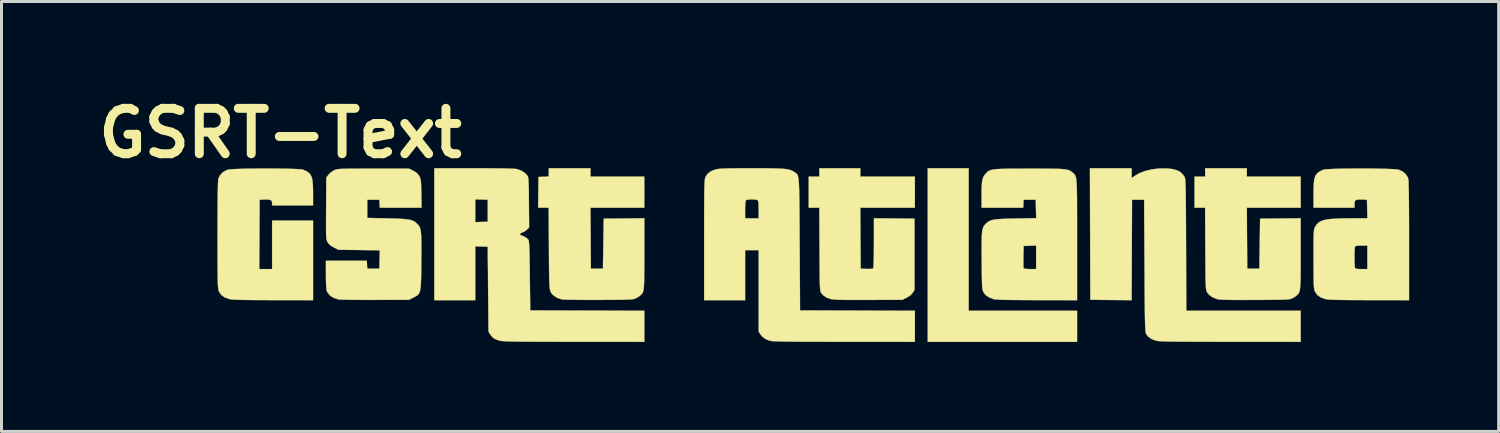
<source format=kicad_pcb>
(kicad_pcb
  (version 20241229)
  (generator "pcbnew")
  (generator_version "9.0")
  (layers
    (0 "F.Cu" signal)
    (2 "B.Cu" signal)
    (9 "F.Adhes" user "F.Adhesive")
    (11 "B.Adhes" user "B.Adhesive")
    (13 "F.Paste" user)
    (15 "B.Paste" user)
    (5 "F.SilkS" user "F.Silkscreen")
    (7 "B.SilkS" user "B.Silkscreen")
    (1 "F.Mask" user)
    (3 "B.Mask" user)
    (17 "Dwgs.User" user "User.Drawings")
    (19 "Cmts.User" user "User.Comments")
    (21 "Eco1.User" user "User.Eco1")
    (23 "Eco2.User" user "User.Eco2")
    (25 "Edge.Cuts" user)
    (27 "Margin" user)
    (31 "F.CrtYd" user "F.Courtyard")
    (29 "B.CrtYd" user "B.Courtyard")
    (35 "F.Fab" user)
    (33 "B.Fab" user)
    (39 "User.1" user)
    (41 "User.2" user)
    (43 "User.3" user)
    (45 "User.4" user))
  (footprint "GSRT-Text"
    (layer "F.Cu")
    (at 24.232 5.493)
    (property "Reference" "GSRT-Text" (at -17.875 -4.075 0) (layer "F.SilkS") (effects (font (size 1.524 1.524) (thickness 0.3))))
    (attr through_hole)
    (fp_poly (pts (xy 5.212 1.881) (xy 8.848 1.881) (xy 8.848 2.924) (xy 3.839 2.924) (xy 3.839 -2.898) (xy 5.212 -2.898) (xy 5.212 1.881)) (stroke (width 0.01) (type solid)) (fill yes) (layer "F.SilkS"))
    (fp_poly (pts (xy 1.576 -2.619) (xy 3.407 -2.619) (xy 3.407 -1.576) (xy 1.576 -1.576) (xy 1.582 -0.553) (xy 1.589 0.47) (xy 1.79 0.478) (xy 1.905 0.479) (xy 1.977 0.472) (xy 2.011 0.455) (xy 2.012 0.452) (xy 2.017 0.42) (xy 2.022 0.343) (xy 2.026 0.227) (xy 2.03 0.08) (xy 2.032 -0.093) (xy 2.033 -0.285) (xy 2.034 -0.401) (xy 2.034 -1.221) (xy 3.394 -1.208) (xy 3.394 1.182) (xy 3.336 1.276) (xy 3.253 1.368) (xy 3.132 1.442) (xy 2.987 1.513) (xy 1.856 1.518) (xy 1.563 1.518) (xy 1.317 1.518) (xy 1.114 1.517) (xy 0.949 1.515) (xy 0.819 1.511) (xy 0.719 1.505) (xy 0.646 1.499) (xy 0.595 1.49) (xy 0.589 1.489) (xy 0.445 1.438) (xy 0.334 1.361) (xy 0.269 1.287) (xy 0.257 1.27) (xy 0.248 1.251) (xy 0.24 1.225) (xy 0.233 1.188) (xy 0.228 1.135) (xy 0.223 1.063) (xy 0.22 0.967) (xy 0.217 0.844) (xy 0.215 0.688) (xy 0.213 0.497) (xy 0.211 0.265) (xy 0.21 -0.011) (xy 0.209 -0.18) (xy 0.202 -1.576) (xy -0.153 -1.576) (xy -0.153 -2.619) (xy 0.203 -2.619) (xy 0.203 -2.898) (xy 1.576 -2.898) (xy 1.576 -2.619)) (stroke (width 0.01) (type solid)) (fill yes) (layer "F.SilkS"))
    (fp_poly (pts (xy 14.543 -2.619) (xy 16.349 -2.619) (xy 16.349 -1.576) (xy 14.543 -1.576) (xy 14.549 -0.553) (xy 14.556 0.47) (xy 14.963 0.47) (xy 14.976 -0.369) (xy 14.988 -1.208) (xy 15.668 -1.214) (xy 16.349 -1.221) (xy 16.349 -0.038) (xy 16.348 0.251) (xy 16.348 0.493) (xy 16.346 0.693) (xy 16.344 0.856) (xy 16.339 0.986) (xy 16.332 1.088) (xy 16.323 1.166) (xy 16.311 1.225) (xy 16.295 1.27) (xy 16.276 1.304) (xy 16.252 1.333) (xy 16.223 1.361) (xy 16.218 1.365) (xy 16.154 1.413) (xy 16.074 1.459) (xy 16.056 1.467) (xy 16.028 1.478) (xy 15.994 1.487) (xy 15.95 1.495) (xy 15.89 1.501) (xy 15.81 1.505) (xy 15.705 1.509) (xy 15.57 1.512) (xy 15.401 1.514) (xy 15.192 1.516) (xy 14.94 1.518) (xy 14.81 1.518) (xy 14.513 1.519) (xy 14.262 1.519) (xy 14.055 1.518) (xy 13.888 1.515) (xy 13.758 1.511) (xy 13.66 1.506) (xy 13.591 1.499) (xy 13.55 1.492) (xy 13.395 1.431) (xy 13.276 1.347) (xy 13.205 1.252) (xy 13.194 1.228) (xy 13.186 1.2) (xy 13.178 1.162) (xy 13.172 1.111) (xy 13.167 1.043) (xy 13.163 0.952) (xy 13.16 0.836) (xy 13.157 0.688) (xy 13.155 0.506) (xy 13.153 0.285) (xy 13.152 0.021) (xy 13.15 -0.21) (xy 13.143 -1.576) (xy 12.789 -1.576) (xy 12.789 -2.619) (xy 13.145 -2.619) (xy 13.145 -2.898) (xy 14.543 -2.898) (xy 14.543 -2.619)) (stroke (width 0.01) (type solid)) (fill yes) (layer "F.SilkS"))
    (fp_poly (pts (xy -7.475 -2.619) (xy -5.67 -2.619) (xy -5.67 -1.576) (xy -7.476 -1.576) (xy -7.469 -0.553) (xy -7.462 0.47) (xy -7.056 0.47) (xy -7.043 -0.369) (xy -7.03 -1.208) (xy -5.67 -1.221) (xy -5.67 -0.025) (xy -5.67 0.261) (xy -5.67 0.501) (xy -5.672 0.699) (xy -5.674 0.86) (xy -5.678 0.988) (xy -5.684 1.088) (xy -5.693 1.165) (xy -5.704 1.223) (xy -5.719 1.266) (xy -5.738 1.299) (xy -5.761 1.327) (xy -5.789 1.354) (xy -5.801 1.365) (xy -5.864 1.413) (xy -5.945 1.459) (xy -5.963 1.467) (xy -5.991 1.478) (xy -6.024 1.487) (xy -6.069 1.495) (xy -6.129 1.501) (xy -6.209 1.505) (xy -6.314 1.509) (xy -6.449 1.512) (xy -6.618 1.514) (xy -6.827 1.515) (xy -7.08 1.517) (xy -7.195 1.517) (xy -7.435 1.518) (xy -7.661 1.517) (xy -7.87 1.516) (xy -8.054 1.513) (xy -8.209 1.51) (xy -8.328 1.507) (xy -8.407 1.503) (xy -8.433 1.5) (xy -8.596 1.447) (xy -8.719 1.362) (xy -8.737 1.344) (xy -8.763 1.314) (xy -8.786 1.287) (xy -8.805 1.257) (xy -8.82 1.22) (xy -8.832 1.172) (xy -8.842 1.109) (xy -8.85 1.026) (xy -8.855 0.919) (xy -8.859 0.784) (xy -8.862 0.616) (xy -8.864 0.412) (xy -8.866 0.166) (xy -8.868 -0.125) (xy -8.868 -0.21) (xy -8.876 -1.576) (xy -9.23 -1.576) (xy -9.224 -2.091) (xy -9.217 -2.606) (xy -8.873 -2.621) (xy -8.873 -2.898) (xy -7.475 -2.898) (xy -7.475 -2.619)) (stroke (width 0.01) (type solid)) (fill yes) (layer "F.SilkS"))
    (fp_poly (pts (xy 10.679 -2.565) (xy 10.762 -2.629) (xy 10.926 -2.728) (xy 11.127 -2.806) (xy 11.356 -2.861) (xy 11.602 -2.89) (xy 11.848 -2.892) (xy 12.042 -2.873) (xy 12.195 -2.833) (xy 12.314 -2.771) (xy 12.405 -2.681) (xy 12.455 -2.606) (xy 12.462 -2.589) (xy 12.468 -2.565) (xy 12.474 -2.53) (xy 12.479 -2.481) (xy 12.483 -2.415) (xy 12.487 -2.329) (xy 12.49 -2.219) (xy 12.493 -2.082) (xy 12.495 -1.916) (xy 12.497 -1.716) (xy 12.499 -1.48) (xy 12.5 -1.204) (xy 12.502 -0.886) (xy 12.503 -0.521) (xy 12.504 -0.324) (xy 12.511 1.881) (xy 16.349 1.881) (xy 16.349 2.924) (xy 13.99 2.922) (xy 13.579 2.922) (xy 13.216 2.921) (xy 12.898 2.92) (xy 12.622 2.919) (xy 12.384 2.918) (xy 12.182 2.916) (xy 12.012 2.913) (xy 11.873 2.911) (xy 11.759 2.907) (xy 11.67 2.903) (xy 11.6 2.899) (xy 11.549 2.894) (xy 11.512 2.888) (xy 11.496 2.884) (xy 11.341 2.826) (xy 11.229 2.744) (xy 11.168 2.661) (xy 11.16 2.644) (xy 11.153 2.621) (xy 11.147 2.588) (xy 11.142 2.543) (xy 11.137 2.482) (xy 11.133 2.402) (xy 11.13 2.299) (xy 11.127 2.171) (xy 11.124 2.013) (xy 11.121 1.824) (xy 11.119 1.6) (xy 11.117 1.337) (xy 11.115 1.032) (xy 11.113 0.682) (xy 11.111 0.369) (xy 11.098 -1.843) (xy 10.691 -1.843) (xy 10.685 -0.159) (xy 10.678 1.526) (xy 9.986 1.52) (xy 9.293 1.513) (xy 9.286 -0.693) (xy 9.28 -2.898) (xy 10.679 -2.898) (xy 10.679 -2.565)) (stroke (width 0.01) (type solid)) (fill yes) (layer "F.SilkS"))
    (fp_poly (pts (xy -18.094 -2.889) (xy -17.878 -2.886) (xy -17.676 -2.883) (xy -17.494 -2.878) (xy -17.34 -2.872) (xy -17.22 -2.865) (xy -17.14 -2.856) (xy -17.111 -2.85) (xy -17.008 -2.802) (xy -16.928 -2.751) (xy -16.869 -2.687) (xy -16.828 -2.605) (xy -16.802 -2.498) (xy -16.788 -2.357) (xy -16.782 -2.175) (xy -16.781 -2.079) (xy -16.781 -1.653) (xy -18.154 -1.653) (xy -18.154 -1.726) (xy -18.163 -1.79) (xy -18.197 -1.829) (xy -18.262 -1.849) (xy -18.368 -1.852) (xy -18.399 -1.851) (xy -18.573 -1.843) (xy -18.586 0.483) (xy -18.154 0.483) (xy -18.154 -1.144) (xy -16.781 -1.144) (xy -16.781 1.526) (xy -18.122 1.524) (xy -18.432 1.523) (xy -18.695 1.522) (xy -18.915 1.52) (xy -19.097 1.518) (xy -19.245 1.515) (xy -19.362 1.511) (xy -19.453 1.506) (xy -19.521 1.499) (xy -19.572 1.492) (xy -19.599 1.486) (xy -19.748 1.431) (xy -19.855 1.354) (xy -19.928 1.252) (xy -19.936 1.236) (xy -19.945 1.213) (xy -19.953 1.187) (xy -19.96 1.153) (xy -19.965 1.108) (xy -19.97 1.048) (xy -19.974 0.969) (xy -19.977 0.868) (xy -19.979 0.741) (xy -19.981 0.584) (xy -19.982 0.393) (xy -19.983 0.165) (xy -19.983 -0.104) (xy -19.984 -0.417) (xy -19.984 -0.661) (xy -19.983 -1.059) (xy -19.982 -1.412) (xy -19.98 -1.72) (xy -19.978 -1.98) (xy -19.974 -2.193) (xy -19.97 -2.357) (xy -19.965 -2.473) (xy -19.96 -2.538) (xy -19.957 -2.549) (xy -19.901 -2.663) (xy -19.807 -2.762) (xy -19.686 -2.833) (xy -19.638 -2.85) (xy -19.58 -2.859) (xy -19.478 -2.867) (xy -19.339 -2.874) (xy -19.17 -2.88) (xy -18.977 -2.884) (xy -18.767 -2.887) (xy -18.545 -2.889) (xy -18.319 -2.889) (xy -18.094 -2.889)) (stroke (width 0.01) (type solid)) (fill yes) (layer "F.SilkS"))
    (fp_poly (pts (xy -11.058 -2.898) (xy -10.764 -2.896) (xy -10.512 -2.894) (xy -10.302 -2.89) (xy -10.138 -2.885) (xy -10.02 -2.879) (xy -9.951 -2.873) (xy -9.944 -2.871) (xy -9.783 -2.814) (xy -9.652 -2.721) (xy -9.6 -2.661) (xy -9.586 -2.64) (xy -9.574 -2.615) (xy -9.565 -2.581) (xy -9.558 -2.532) (xy -9.553 -2.464) (xy -9.549 -2.37) (xy -9.546 -2.244) (xy -9.543 -2.082) (xy -9.541 -1.877) (xy -9.54 -1.752) (xy -9.533 -0.913) (xy -9.608 -0.838) (xy -9.676 -0.785) (xy -9.748 -0.75) (xy -9.762 -0.747) (xy -9.818 -0.723) (xy -9.839 -0.688) (xy -9.818 -0.656) (xy -9.795 -0.646) (xy -9.69 -0.603) (xy -9.603 -0.547) (xy -9.559 -0.501) (xy -9.55 -0.48) (xy -9.542 -0.444) (xy -9.536 -0.388) (xy -9.53 -0.308) (xy -9.525 -0.201) (xy -9.521 -0.061) (xy -9.517 0.115) (xy -9.514 0.332) (xy -9.51 0.593) (xy -9.509 0.712) (xy -9.496 1.869) (xy -5.67 1.882) (xy -5.67 2.924) (xy -8.028 2.922) (xy -8.44 2.922) (xy -8.804 2.921) (xy -9.124 2.92) (xy -9.401 2.919) (xy -9.64 2.918) (xy -9.843 2.916) (xy -10.013 2.913) (xy -10.153 2.91) (xy -10.266 2.907) (xy -10.355 2.903) (xy -10.424 2.898) (xy -10.474 2.893) (xy -10.51 2.887) (xy -10.52 2.885) (xy -10.649 2.841) (xy -10.742 2.786) (xy -10.813 2.709) (xy -10.837 2.673) (xy -10.895 2.581) (xy -10.908 1.157) (xy -10.92 -0.267) (xy -11.13 -0.274) (xy -11.34 -0.282) (xy -11.34 1.526) (xy -12.713 1.526) (xy -12.713 -1.091) (xy -11.34 -1.091) (xy -10.92 -1.106) (xy -10.92 -1.843) (xy -11.13 -1.851) (xy -11.34 -1.858) (xy -11.34 -1.091) (xy -12.713 -1.091) (xy -12.713 -2.898) (xy -11.392 -2.898) (xy -11.058 -2.898)) (stroke (width 0.01) (type solid)) (fill yes) (layer "F.SilkS"))
    (fp_poly (pts (xy -1.772 -2.898) (xy -1.53 -2.897) (xy -1.329 -2.894) (xy -1.165 -2.889) (xy -1.032 -2.882) (xy -0.926 -2.872) (xy -0.841 -2.858) (xy -0.774 -2.841) (xy -0.718 -2.82) (xy -0.67 -2.794) (xy -0.632 -2.769) (xy -0.605 -2.75) (xy -0.58 -2.733) (xy -0.559 -2.715) (xy -0.541 -2.692) (xy -0.525 -2.662) (xy -0.512 -2.621) (xy -0.501 -2.566) (xy -0.492 -2.493) (xy -0.484 -2.4) (xy -0.478 -2.283) (xy -0.474 -2.139) (xy -0.47 -1.966) (xy -0.467 -1.758) (xy -0.465 -1.515) (xy -0.463 -1.231) (xy -0.461 -0.905) (xy -0.459 -0.532) (xy -0.458 -0.343) (xy -0.445 1.869) (xy 3.407 1.882) (xy 3.407 2.924) (xy 1.036 2.922) (xy 0.614 2.922) (xy 0.241 2.921) (xy -0.087 2.92) (xy -0.373 2.919) (xy -0.618 2.917) (xy -0.826 2.915) (xy -1 2.912) (xy -1.142 2.909) (xy -1.254 2.905) (xy -1.34 2.901) (xy -1.403 2.896) (xy -1.444 2.89) (xy -1.458 2.887) (xy -1.603 2.831) (xy -1.714 2.744) (xy -1.773 2.67) (xy -1.831 2.586) (xy -1.831 -0.153) (xy -2.288 -0.153) (xy -2.288 1.526) (xy -3.661 1.526) (xy -3.661 -0.489) (xy -3.661 -0.858) (xy -3.66 -1.179) (xy -3.66 -1.456) (xy -3.66 -1.508) (xy -2.288 -1.508) (xy -2.288 -1.22) (xy -1.831 -1.22) (xy -1.831 -1.508) (xy -1.834 -1.66) (xy -1.842 -1.765) (xy -1.857 -1.82) (xy -1.861 -1.826) (xy -1.904 -1.843) (xy -1.98 -1.853) (xy -2.072 -1.856) (xy -2.161 -1.851) (xy -2.23 -1.839) (xy -2.258 -1.826) (xy -2.274 -1.782) (xy -2.284 -1.689) (xy -2.288 -1.547) (xy -2.288 -1.508) (xy -3.66 -1.508) (xy -3.659 -1.693) (xy -3.658 -1.892) (xy -3.656 -2.058) (xy -3.654 -2.194) (xy -3.651 -2.304) (xy -3.648 -2.39) (xy -3.644 -2.457) (xy -3.639 -2.508) (xy -3.633 -2.545) (xy -3.626 -2.574) (xy -3.618 -2.597) (xy -3.613 -2.609) (xy -3.547 -2.711) (xy -3.452 -2.788) (xy -3.318 -2.845) (xy -3.265 -2.86) (xy -3.218 -2.87) (xy -3.159 -2.878) (xy -3.082 -2.884) (xy -2.982 -2.89) (xy -2.855 -2.893) (xy -2.695 -2.896) (xy -2.498 -2.898) (xy -2.258 -2.898) (xy -2.059 -2.898) (xy -1.772 -2.898)) (stroke (width 0.01) (type solid)) (fill yes) (layer "F.SilkS"))
    (fp_poly (pts (xy -13.423 -2.816) (xy -13.321 -2.756) (xy -13.25 -2.685) (xy -13.22 -2.638) (xy -13.198 -2.598) (xy -13.182 -2.557) (xy -13.17 -2.508) (xy -13.162 -2.442) (xy -13.157 -2.352) (xy -13.153 -2.227) (xy -13.149 -2.061) (xy -13.149 -2.053) (xy -13.141 -1.576) (xy -14.541 -1.576) (xy -14.548 -1.71) (xy -14.556 -1.843) (xy -14.963 -1.843) (xy -14.963 -1.233) (xy -14.302 -1.218) (xy -14.067 -1.212) (xy -13.877 -1.205) (xy -13.726 -1.195) (xy -13.607 -1.182) (xy -13.514 -1.165) (xy -13.442 -1.142) (xy -13.383 -1.113) (xy -13.332 -1.076) (xy -13.297 -1.045) (xy -13.26 -1.007) (xy -13.229 -0.97) (xy -13.204 -0.926) (xy -13.184 -0.872) (xy -13.17 -0.803) (xy -13.159 -0.713) (xy -13.153 -0.598) (xy -13.149 -0.451) (xy -13.148 -0.269) (xy -13.148 -0.046) (xy -13.15 0.21) (xy -13.152 0.475) (xy -13.155 0.693) (xy -13.159 0.871) (xy -13.166 1.012) (xy -13.176 1.123) (xy -13.192 1.208) (xy -13.213 1.272) (xy -13.241 1.32) (xy -13.276 1.357) (xy -13.321 1.388) (xy -13.376 1.418) (xy -13.412 1.437) (xy -13.561 1.513) (xy -14.694 1.517) (xy -14.933 1.517) (xy -15.16 1.517) (xy -15.369 1.515) (xy -15.554 1.513) (xy -15.709 1.51) (xy -15.828 1.507) (xy -15.907 1.503) (xy -15.933 1.5) (xy -16.094 1.447) (xy -16.218 1.364) (xy -16.303 1.253) (xy -16.321 1.212) (xy -16.331 1.162) (xy -16.339 1.069) (xy -16.344 0.942) (xy -16.348 0.79) (xy -16.349 0.672) (xy -16.349 0.203) (xy -14.978 0.203) (xy -14.971 0.337) (xy -14.963 0.47) (xy -14.556 0.47) (xy -14.549 0.161) (xy -14.542 -0.148) (xy -15.929 -0.165) (xy -16.082 -0.242) (xy -16.186 -0.303) (xy -16.256 -0.367) (xy -16.291 -0.42) (xy -16.306 -0.446) (xy -16.317 -0.472) (xy -16.326 -0.503) (xy -16.333 -0.545) (xy -16.339 -0.602) (xy -16.342 -0.68) (xy -16.344 -0.783) (xy -16.345 -0.917) (xy -16.345 -1.087) (xy -16.344 -1.297) (xy -16.342 -1.553) (xy -16.342 -1.553) (xy -16.336 -2.585) (xy -16.262 -2.681) (xy -16.192 -2.752) (xy -16.103 -2.815) (xy -16.072 -2.832) (xy -16.043 -2.844) (xy -16.013 -2.855) (xy -15.978 -2.863) (xy -15.932 -2.87) (xy -15.871 -2.875) (xy -15.79 -2.879) (xy -15.685 -2.882) (xy -15.55 -2.884) (xy -15.381 -2.885) (xy -15.174 -2.886) (xy -14.923 -2.886) (xy -14.759 -2.886) (xy -13.564 -2.886) (xy -13.423 -2.816)) (stroke (width 0.01) (type solid)) (fill yes) (layer "F.SilkS"))
    (fp_poly (pts (xy 7.547 -2.886) (xy 7.789 -2.885) (xy 7.99 -2.883) (xy 8.154 -2.88) (xy 8.285 -2.876) (xy 8.389 -2.868) (xy 8.47 -2.859) (xy 8.533 -2.846) (xy 8.583 -2.829) (xy 8.624 -2.809) (xy 8.66 -2.784) (xy 8.697 -2.754) (xy 8.7 -2.751) (xy 8.726 -2.729) (xy 8.749 -2.709) (xy 8.769 -2.686) (xy 8.786 -2.658) (xy 8.8 -2.622) (xy 8.812 -2.573) (xy 8.822 -2.508) (xy 8.83 -2.425) (xy 8.836 -2.319) (xy 8.841 -2.188) (xy 8.844 -2.027) (xy 8.846 -1.834) (xy 8.847 -1.605) (xy 8.848 -1.337) (xy 8.848 -1.026) (xy 8.848 -0.67) (xy 8.848 -0.497) (xy 8.848 1.526) (xy 7.507 1.524) (xy 7.177 1.523) (xy 6.896 1.521) (xy 6.66 1.519) (xy 6.466 1.516) (xy 6.312 1.512) (xy 6.194 1.507) (xy 6.111 1.5) (xy 6.059 1.493) (xy 6.05 1.491) (xy 5.895 1.431) (xy 5.777 1.348) (xy 5.704 1.252) (xy 5.692 1.223) (xy 5.682 1.189) (xy 5.674 1.144) (xy 5.667 1.083) (xy 5.662 1) (xy 5.658 0.89) (xy 5.655 0.748) (xy 5.653 0.568) (xy 5.651 0.346) (xy 5.65 0.21) (xy 5.65 0.194) (xy 7.047 0.194) (xy 7.047 0.308) (xy 7.049 0.395) (xy 7.053 0.444) (xy 7.054 0.45) (xy 7.081 0.469) (xy 7.148 0.479) (xy 7.259 0.483) (xy 7.271 0.483) (xy 7.475 0.483) (xy 7.475 -0.307) (xy 7.265 -0.3) (xy 7.056 -0.292) (xy 7.048 0.062) (xy 7.047 0.194) (xy 5.65 0.194) (xy 5.648 -0.057) (xy 5.647 -0.278) (xy 5.649 -0.458) (xy 5.652 -0.603) (xy 5.659 -0.718) (xy 5.67 -0.807) (xy 5.685 -0.875) (xy 5.704 -0.928) (xy 5.73 -0.971) (xy 5.761 -1.009) (xy 5.797 -1.045) (xy 5.845 -1.087) (xy 5.895 -1.121) (xy 5.953 -1.147) (xy 6.026 -1.168) (xy 6.12 -1.183) (xy 6.241 -1.194) (xy 6.395 -1.203) (xy 6.587 -1.209) (xy 6.796 -1.213) (xy 7.477 -1.226) (xy 7.469 -1.535) (xy 7.462 -1.843) (xy 7.056 -1.843) (xy 7.048 -1.71) (xy 7.04 -1.576) (xy 5.644 -1.576) (xy 5.645 -2.002) (xy 5.646 -2.193) (xy 5.652 -2.342) (xy 5.663 -2.456) (xy 5.681 -2.543) (xy 5.708 -2.613) (xy 5.745 -2.672) (xy 5.774 -2.707) (xy 5.81 -2.746) (xy 5.845 -2.78) (xy 5.884 -2.807) (xy 5.931 -2.83) (xy 5.992 -2.847) (xy 6.07 -2.861) (xy 6.169 -2.871) (xy 6.296 -2.877) (xy 6.454 -2.882) (xy 6.647 -2.884) (xy 6.881 -2.885) (xy 7.159 -2.886) (xy 7.259 -2.886) (xy 7.547 -2.886)) (stroke (width 0.01) (type solid)) (fill yes) (layer "F.SilkS"))
    (fp_poly (pts (xy 18.617 -2.889) (xy 18.835 -2.886) (xy 19.041 -2.883) (xy 19.227 -2.878) (xy 19.387 -2.872) (xy 19.514 -2.865) (xy 19.603 -2.856) (xy 19.638 -2.85) (xy 19.765 -2.791) (xy 19.871 -2.702) (xy 19.942 -2.592) (xy 19.957 -2.549) (xy 19.963 -2.503) (xy 19.968 -2.405) (xy 19.972 -2.258) (xy 19.976 -2.062) (xy 19.979 -1.817) (xy 19.981 -1.524) (xy 19.983 -1.184) (xy 19.984 -0.796) (xy 19.984 -0.464) (xy 19.984 1.526) (xy 18.643 1.524) (xy 18.333 1.523) (xy 18.07 1.522) (xy 17.85 1.52) (xy 17.668 1.518) (xy 17.52 1.515) (xy 17.403 1.511) (xy 17.312 1.506) (xy 17.244 1.499) (xy 17.193 1.492) (xy 17.166 1.486) (xy 17.018 1.431) (xy 16.91 1.354) (xy 16.837 1.252) (xy 16.829 1.236) (xy 16.817 1.206) (xy 16.807 1.171) (xy 16.799 1.126) (xy 16.793 1.067) (xy 16.789 0.986) (xy 16.786 0.88) (xy 16.783 0.743) (xy 16.782 0.57) (xy 16.782 0.356) (xy 16.781 0.15) (xy 16.781 0.089) (xy 18.154 0.089) (xy 18.155 0.213) (xy 18.158 0.321) (xy 18.163 0.401) (xy 18.169 0.442) (xy 18.169 0.443) (xy 18.188 0.464) (xy 18.231 0.476) (xy 18.307 0.482) (xy 18.385 0.483) (xy 18.586 0.483) (xy 18.586 -0.305) (xy 18.385 -0.305) (xy 18.279 -0.303) (xy 18.214 -0.295) (xy 18.18 -0.28) (xy 18.169 -0.265) (xy 18.163 -0.225) (xy 18.158 -0.145) (xy 18.155 -0.038) (xy 18.154 0.086) (xy 18.154 0.089) (xy 16.781 0.089) (xy 16.781 -0.099) (xy 16.781 -0.302) (xy 16.782 -0.466) (xy 16.784 -0.594) (xy 16.787 -0.692) (xy 16.791 -0.766) (xy 16.797 -0.82) (xy 16.805 -0.861) (xy 16.816 -0.893) (xy 16.829 -0.921) (xy 16.84 -0.942) (xy 16.885 -1.013) (xy 16.941 -1.071) (xy 17.014 -1.117) (xy 17.109 -1.154) (xy 17.23 -1.181) (xy 17.382 -1.199) (xy 17.571 -1.211) (xy 17.802 -1.218) (xy 18.034 -1.22) (xy 18.588 -1.22) (xy 18.58 -1.532) (xy 18.573 -1.843) (xy 18.399 -1.851) (xy 18.285 -1.851) (xy 18.212 -1.837) (xy 18.172 -1.801) (xy 18.156 -1.74) (xy 18.154 -1.688) (xy 18.154 -1.576) (xy 16.781 -1.576) (xy 16.781 -2.04) (xy 16.784 -2.248) (xy 16.792 -2.411) (xy 16.81 -2.537) (xy 16.839 -2.634) (xy 16.883 -2.707) (xy 16.945 -2.764) (xy 17.026 -2.812) (xy 17.111 -2.85) (xy 17.161 -2.859) (xy 17.254 -2.867) (xy 17.386 -2.874) (xy 17.549 -2.88) (xy 17.738 -2.884) (xy 17.945 -2.887) (xy 18.165 -2.889) (xy 18.391 -2.889) (xy 18.617 -2.889)) (stroke (width 0.01) (type solid)) (fill yes) (layer "F.SilkS")))
  (gr_rect
    (start -3 -3)
    (end 47.222 11.422)
    (stroke (width 0.1) (type default))
    (fill no)
    (layer "Edge.Cuts")))
</source>
